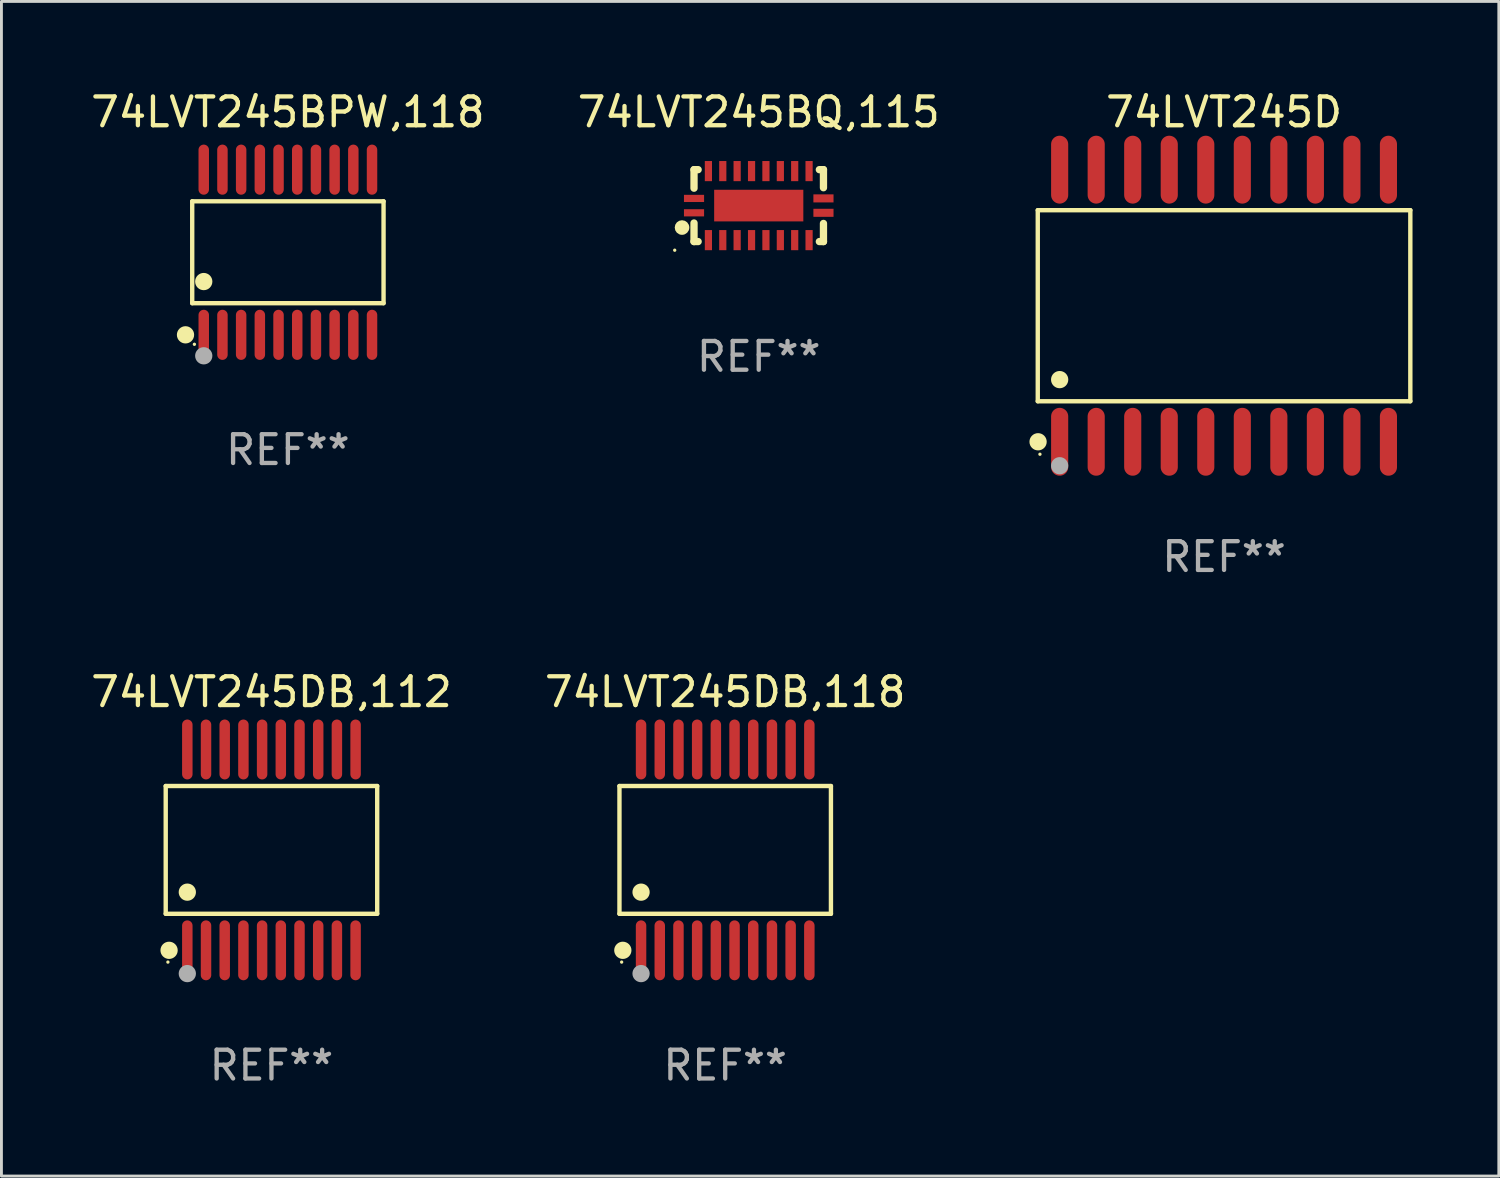
<source format=kicad_pcb>
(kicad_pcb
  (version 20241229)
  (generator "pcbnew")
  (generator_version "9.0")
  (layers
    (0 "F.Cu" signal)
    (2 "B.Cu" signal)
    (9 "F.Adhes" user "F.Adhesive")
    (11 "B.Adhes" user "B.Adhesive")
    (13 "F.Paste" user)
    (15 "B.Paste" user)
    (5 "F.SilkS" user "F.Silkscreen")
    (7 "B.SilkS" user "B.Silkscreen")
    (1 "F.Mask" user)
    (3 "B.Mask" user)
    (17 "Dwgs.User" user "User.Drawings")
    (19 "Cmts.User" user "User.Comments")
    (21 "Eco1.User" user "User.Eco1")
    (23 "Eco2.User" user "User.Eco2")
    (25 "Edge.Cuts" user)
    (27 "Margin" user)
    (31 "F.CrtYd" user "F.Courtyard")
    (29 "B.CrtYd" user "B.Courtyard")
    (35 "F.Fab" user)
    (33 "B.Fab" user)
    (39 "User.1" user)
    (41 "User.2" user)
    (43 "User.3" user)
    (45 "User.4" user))
  (footprint "74LVT245DB,112"
    (layer "F.Cu")
    (at 6.387 26.496)
    (property "Reference" "74LVT245DB,112" (at 0 -5.491 0) (layer "F.SilkS") (effects (font (size 1 1) (thickness 0.15))))
    (attr through_hole)
    (fp_line (start -3.676 -2.221) (end 3.676 -2.221) (stroke (width 0.152) (type solid)) (layer "F.SilkS"))
    (fp_line (start -3.676 2.221) (end -3.676 -2.221) (stroke (width 0.152) (type solid)) (layer "F.SilkS"))
    (fp_line (start 3.676 -2.221) (end 3.676 2.221) (stroke (width 0.152) (type solid)) (layer "F.SilkS"))
    (fp_line (start 3.676 2.221) (end -3.676 2.221) (stroke (width 0.152) (type solid)) (layer "F.SilkS"))
    (fp_circle (center -3.6 3.9) (end -3.57 3.9) (stroke (width 0.06) (type solid)) (fill no) (layer "F.SilkS"))
    (fp_circle (center -3.559 3.491) (end -3.409 3.491) (stroke (width 0.3) (type solid)) (fill no) (layer "F.SilkS"))
    (fp_circle (center -2.925 1.469) (end -2.775 1.469) (stroke (width 0.3) (type solid)) (fill no) (layer "F.SilkS"))
    (fp_circle (center -2.925 4.3) (end -2.775 4.3) (stroke (width 0.3) (type solid)) (fill no) (layer "F.Fab"))
    (fp_text user "REF**" (at 0 7.491 0) (layer "F.Fab") (effects (font (size 1 1) (thickness 0.15))))
    (pad "1" smd oval (at -2.925 3.491) (size 0.364 2.082) (layers "F.Cu" "F.Mask" "F.Paste"))
    (pad "2" smd oval (at -2.275 3.491) (size 0.364 2.082) (layers "F.Cu" "F.Mask" "F.Paste"))
    (pad "3" smd oval (at -1.625 3.491) (size 0.364 2.082) (layers "F.Cu" "F.Mask" "F.Paste"))
    (pad "4" smd oval (at -0.975 3.491) (size 0.364 2.082) (layers "F.Cu" "F.Mask" "F.Paste"))
    (pad "5" smd oval (at -0.325 3.491) (size 0.364 2.082) (layers "F.Cu" "F.Mask" "F.Paste"))
    (pad "6" smd oval (at 0.325 3.491) (size 0.364 2.082) (layers "F.Cu" "F.Mask" "F.Paste"))
    (pad "7" smd oval (at 0.975 3.491) (size 0.364 2.082) (layers "F.Cu" "F.Mask" "F.Paste"))
    (pad "8" smd oval (at 1.625 3.491) (size 0.364 2.082) (layers "F.Cu" "F.Mask" "F.Paste"))
    (pad "9" smd oval (at 2.275 3.491) (size 0.364 2.082) (layers "F.Cu" "F.Mask" "F.Paste"))
    (pad "10" smd oval (at 2.925 3.491) (size 0.364 2.082) (layers "F.Cu" "F.Mask" "F.Paste"))
    (pad "11" smd oval (at 2.925 -3.491) (size 0.364 2.082) (layers "F.Cu" "F.Mask" "F.Paste"))
    (pad "12" smd oval (at 2.275 -3.491) (size 0.364 2.082) (layers "F.Cu" "F.Mask" "F.Paste"))
    (pad "13" smd oval (at 1.625 -3.491) (size 0.364 2.082) (layers "F.Cu" "F.Mask" "F.Paste"))
    (pad "14" smd oval (at 0.975 -3.491) (size 0.364 2.082) (layers "F.Cu" "F.Mask" "F.Paste"))
    (pad "15" smd oval (at 0.325 -3.491) (size 0.364 2.082) (layers "F.Cu" "F.Mask" "F.Paste"))
    (pad "16" smd oval (at -0.325 -3.491) (size 0.364 2.082) (layers "F.Cu" "F.Mask" "F.Paste"))
    (pad "17" smd oval (at -0.975 -3.491) (size 0.364 2.082) (layers "F.Cu" "F.Mask" "F.Paste"))
    (pad "18" smd oval (at -1.625 -3.491) (size 0.364 2.082) (layers "F.Cu" "F.Mask" "F.Paste"))
    (pad "19" smd oval (at -2.275 -3.491) (size 0.364 2.082) (layers "F.Cu" "F.Mask" "F.Paste"))
    (pad "20" smd oval (at -2.925 -3.491) (size 0.364 2.082) (layers "F.Cu" "F.Mask" "F.Paste")))
  (footprint "74LVT245DB,118"
    (layer "F.Cu")
    (at 22.161 26.496)
    (property "Reference" "74LVT245DB,118" (at 0 -5.491 0) (layer "F.SilkS") (effects (font (size 1 1) (thickness 0.15))))
    (attr through_hole)
    (fp_line (start -3.676 -2.221) (end 3.676 -2.221) (stroke (width 0.152) (type solid)) (layer "F.SilkS"))
    (fp_line (start -3.676 2.221) (end -3.676 -2.221) (stroke (width 0.152) (type solid)) (layer "F.SilkS"))
    (fp_line (start 3.676 -2.221) (end 3.676 2.221) (stroke (width 0.152) (type solid)) (layer "F.SilkS"))
    (fp_line (start 3.676 2.221) (end -3.676 2.221) (stroke (width 0.152) (type solid)) (layer "F.SilkS"))
    (fp_circle (center -3.6 3.9) (end -3.57 3.9) (stroke (width 0.06) (type solid)) (fill no) (layer "F.SilkS"))
    (fp_circle (center -3.559 3.491) (end -3.409 3.491) (stroke (width 0.3) (type solid)) (fill no) (layer "F.SilkS"))
    (fp_circle (center -2.925 1.469) (end -2.775 1.469) (stroke (width 0.3) (type solid)) (fill no) (layer "F.SilkS"))
    (fp_circle (center -2.925 4.3) (end -2.775 4.3) (stroke (width 0.3) (type solid)) (fill no) (layer "F.Fab"))
    (fp_text user "REF**" (at 0 7.491 0) (layer "F.Fab") (effects (font (size 1 1) (thickness 0.15))))
    (pad "1" smd oval (at -2.925 3.491) (size 0.364 2.082) (layers "F.Cu" "F.Mask" "F.Paste"))
    (pad "2" smd oval (at -2.275 3.491) (size 0.364 2.082) (layers "F.Cu" "F.Mask" "F.Paste"))
    (pad "3" smd oval (at -1.625 3.491) (size 0.364 2.082) (layers "F.Cu" "F.Mask" "F.Paste"))
    (pad "4" smd oval (at -0.975 3.491) (size 0.364 2.082) (layers "F.Cu" "F.Mask" "F.Paste"))
    (pad "5" smd oval (at -0.325 3.491) (size 0.364 2.082) (layers "F.Cu" "F.Mask" "F.Paste"))
    (pad "6" smd oval (at 0.325 3.491) (size 0.364 2.082) (layers "F.Cu" "F.Mask" "F.Paste"))
    (pad "7" smd oval (at 0.975 3.491) (size 0.364 2.082) (layers "F.Cu" "F.Mask" "F.Paste"))
    (pad "8" smd oval (at 1.625 3.491) (size 0.364 2.082) (layers "F.Cu" "F.Mask" "F.Paste"))
    (pad "9" smd oval (at 2.275 3.491) (size 0.364 2.082) (layers "F.Cu" "F.Mask" "F.Paste"))
    (pad "10" smd oval (at 2.925 3.491) (size 0.364 2.082) (layers "F.Cu" "F.Mask" "F.Paste"))
    (pad "11" smd oval (at 2.925 -3.491) (size 0.364 2.082) (layers "F.Cu" "F.Mask" "F.Paste"))
    (pad "12" smd oval (at 2.275 -3.491) (size 0.364 2.082) (layers "F.Cu" "F.Mask" "F.Paste"))
    (pad "13" smd oval (at 1.625 -3.491) (size 0.364 2.082) (layers "F.Cu" "F.Mask" "F.Paste"))
    (pad "14" smd oval (at 0.975 -3.491) (size 0.364 2.082) (layers "F.Cu" "F.Mask" "F.Paste"))
    (pad "15" smd oval (at 0.325 -3.491) (size 0.364 2.082) (layers "F.Cu" "F.Mask" "F.Paste"))
    (pad "16" smd oval (at -0.325 -3.491) (size 0.364 2.082) (layers "F.Cu" "F.Mask" "F.Paste"))
    (pad "17" smd oval (at -0.975 -3.491) (size 0.364 2.082) (layers "F.Cu" "F.Mask" "F.Paste"))
    (pad "18" smd oval (at -1.625 -3.491) (size 0.364 2.082) (layers "F.Cu" "F.Mask" "F.Paste"))
    (pad "19" smd oval (at -2.275 -3.491) (size 0.364 2.082) (layers "F.Cu" "F.Mask" "F.Paste"))
    (pad "20" smd oval (at -2.925 -3.491) (size 0.364 2.082) (layers "F.Cu" "F.Mask" "F.Paste")))
  (footprint "74LVT245BQ,115"
    (layer "F.Cu")
    (at 23.327 4.098)
    (property "Reference" "74LVT245BQ,115" (at 0 -3.25 0) (layer "F.SilkS") (effects (font (size 1 1) (thickness 0.15))))
    (attr through_hole)
    (fp_line (start -2.25 0.605) (end -2.25 1.25) (stroke (width 0.254) (type solid)) (layer "F.SilkS"))
    (fp_line (start -2.25 1.25) (end -2.107 1.25) (stroke (width 0.254) (type solid)) (layer "F.SilkS"))
    (fp_line (start -2.25 -1.25) (end -2.25 -0.606) (stroke (width 0.254) (type solid)) (layer "F.SilkS"))
    (fp_line (start -2.25 -1.25) (end -2.107 -1.25) (stroke (width 0.254) (type solid)) (layer "F.SilkS"))
    (fp_line (start 2.107 -1.25) (end 2.25 -1.25) (stroke (width 0.254) (type solid)) (layer "F.SilkS"))
    (fp_line (start 2.107 1.25) (end 2.25 1.25) (stroke (width 0.254) (type solid)) (layer "F.SilkS"))
    (fp_line (start 2.25 -1.25) (end 2.25 -0.622) (stroke (width 0.254) (type solid)) (layer "F.SilkS"))
    (fp_line (start 2.25 0.62) (end 2.25 1.25) (stroke (width 0.254) (type solid)) (layer "F.SilkS"))
    (fp_circle (center -2.921 1.55) (end -2.891 1.55) (stroke (width 0.06) (type solid)) (fill no) (layer "F.SilkS"))
    (fp_circle (center -2.667 0.762) (end -2.54 0.762) (stroke (width 0.254) (type solid)) (fill no) (layer "F.SilkS"))
    (fp_text user "REF**" (at 0 5.25 0) (layer "F.Fab") (effects (font (size 1 1) (thickness 0.15))))
    (pad "1" smd rect (at -2.25 0.25 180) (size 0.7 0.25) (layers "F.Cu" "F.Mask" "F.Paste"))
    (pad "2" smd rect (at -1.75 1.2 90) (size 0.7 0.25) (layers "F.Cu" "F.Mask" "F.Paste"))
    (pad "3" smd rect (at -1.25 1.2 90) (size 0.7 0.25) (layers "F.Cu" "F.Mask" "F.Paste"))
    (pad "4" smd rect (at -0.751 1.2 90) (size 0.7 0.25) (layers "F.Cu" "F.Mask" "F.Paste"))
    (pad "5" smd rect (at -0.25 1.2 90) (size 0.7 0.25) (layers "F.Cu" "F.Mask" "F.Paste"))
    (pad "6" smd rect (at 0.25 1.2 90) (size 0.7 0.25) (layers "F.Cu" "F.Mask" "F.Paste"))
    (pad "7" smd rect (at 0.751 1.2 90) (size 0.7 0.25) (layers "F.Cu" "F.Mask" "F.Paste"))
    (pad "8" smd rect (at 1.25 1.2 90) (size 0.7 0.25) (layers "F.Cu" "F.Mask" "F.Paste"))
    (pad "9" smd rect (at 1.75 1.2 90) (size 0.7 0.25) (layers "F.Cu" "F.Mask" "F.Paste"))
    (pad "10" smd rect (at 2.25 0.25 180) (size 0.7 0.28) (layers "F.Cu" "F.Mask" "F.Paste"))
    (pad "11" smd rect (at 2.25 -0.251 180) (size 0.7 0.28) (layers "F.Cu" "F.Mask" "F.Paste"))
    (pad "12" smd rect (at 1.75 -1.2 90) (size 0.7 0.25) (layers "F.Cu" "F.Mask" "F.Paste"))
    (pad "13" smd rect (at 1.25 -1.2 90) (size 0.7 0.25) (layers "F.Cu" "F.Mask" "F.Paste"))
    (pad "14" smd rect (at 0.751 -1.2 90) (size 0.7 0.25) (layers "F.Cu" "F.Mask" "F.Paste"))
    (pad "15" smd rect (at 0.25 -1.2 90) (size 0.7 0.25) (layers "F.Cu" "F.Mask" "F.Paste"))
    (pad "16" smd rect (at -0.25 -1.2 90) (size 0.7 0.25) (layers "F.Cu" "F.Mask" "F.Paste"))
    (pad "17" smd rect (at -0.751 -1.2 90) (size 0.7 0.25) (layers "F.Cu" "F.Mask" "F.Paste"))
    (pad "18" smd rect (at -1.25 -1.2 90) (size 0.7 0.25) (layers "F.Cu" "F.Mask" "F.Paste"))
    (pad "19" smd rect (at -1.75 -1.2 90) (size 0.7 0.25) (layers "F.Cu" "F.Mask" "F.Paste"))
    (pad "20" smd rect (at -2.25 -0.25 180) (size 0.7 0.25) (layers "F.Cu" "F.Mask" "F.Paste"))
    (pad "21" smd rect (at 0 -0.001 180) (size 3.1 1.1) (layers "F.Cu" "F.Mask" "F.Paste")))
  (footprint "74LVT245D"
    (layer "F.Cu")
    (at 39.503 7.578)
    (property "Reference" "74LVT245D" (at 0 -6.73 0) (layer "F.SilkS") (effects (font (size 1 1) (thickness 0.15))))
    (attr through_hole)
    (fp_line (start -6.476 -3.321) (end 6.476 -3.321) (stroke (width 0.152) (type solid)) (layer "F.SilkS"))
    (fp_line (start -6.476 3.321) (end -6.476 -3.321) (stroke (width 0.152) (type solid)) (layer "F.SilkS"))
    (fp_line (start 6.476 -3.321) (end 6.476 3.321) (stroke (width 0.152) (type solid)) (layer "F.SilkS"))
    (fp_line (start 6.476 3.321) (end -6.476 3.321) (stroke (width 0.152) (type solid)) (layer "F.SilkS"))
    (fp_circle (center -6.465 4.73) (end -6.315 4.73) (stroke (width 0.3) (type solid)) (fill no) (layer "F.SilkS"))
    (fp_circle (center -6.4 5.163) (end -6.37 5.163) (stroke (width 0.06) (type solid)) (fill no) (layer "F.SilkS"))
    (fp_circle (center -5.715 2.569) (end -5.565 2.569) (stroke (width 0.3) (type solid)) (fill no) (layer "F.SilkS"))
    (fp_circle (center -5.715 5.563) (end -5.565 5.563) (stroke (width 0.3) (type solid)) (fill no) (layer "F.Fab"))
    (fp_text user "REF**" (at 0 8.73 0) (layer "F.Fab") (effects (font (size 1 1) (thickness 0.15))))
    (pad "1" smd oval (at -5.715 4.73) (size 0.595 2.36) (layers "F.Cu" "F.Mask" "F.Paste"))
    (pad "2" smd oval (at -4.445 4.73) (size 0.595 2.36) (layers "F.Cu" "F.Mask" "F.Paste"))
    (pad "3" smd oval (at -3.175 4.73) (size 0.595 2.36) (layers "F.Cu" "F.Mask" "F.Paste"))
    (pad "4" smd oval (at -1.905 4.73) (size 0.595 2.36) (layers "F.Cu" "F.Mask" "F.Paste"))
    (pad "5" smd oval (at -0.635 4.73) (size 0.595 2.36) (layers "F.Cu" "F.Mask" "F.Paste"))
    (pad "6" smd oval (at 0.635 4.73) (size 0.595 2.36) (layers "F.Cu" "F.Mask" "F.Paste"))
    (pad "7" smd oval (at 1.905 4.73) (size 0.595 2.36) (layers "F.Cu" "F.Mask" "F.Paste"))
    (pad "8" smd oval (at 3.175 4.73) (size 0.595 2.36) (layers "F.Cu" "F.Mask" "F.Paste"))
    (pad "9" smd oval (at 4.445 4.73) (size 0.595 2.36) (layers "F.Cu" "F.Mask" "F.Paste"))
    (pad "10" smd oval (at 5.715 4.73) (size 0.595 2.36) (layers "F.Cu" "F.Mask" "F.Paste"))
    (pad "11" smd oval (at 5.715 -4.73) (size 0.595 2.36) (layers "F.Cu" "F.Mask" "F.Paste"))
    (pad "12" smd oval (at 4.445 -4.73) (size 0.595 2.36) (layers "F.Cu" "F.Mask" "F.Paste"))
    (pad "13" smd oval (at 3.175 -4.73) (size 0.595 2.36) (layers "F.Cu" "F.Mask" "F.Paste"))
    (pad "14" smd oval (at 1.905 -4.73) (size 0.595 2.36) (layers "F.Cu" "F.Mask" "F.Paste"))
    (pad "15" smd oval (at 0.635 -4.73) (size 0.595 2.36) (layers "F.Cu" "F.Mask" "F.Paste"))
    (pad "16" smd oval (at -0.635 -4.73) (size 0.595 2.36) (layers "F.Cu" "F.Mask" "F.Paste"))
    (pad "17" smd oval (at -1.905 -4.73) (size 0.595 2.36) (layers "F.Cu" "F.Mask" "F.Paste"))
    (pad "18" smd oval (at -3.175 -4.73) (size 0.595 2.36) (layers "F.Cu" "F.Mask" "F.Paste"))
    (pad "19" smd oval (at -4.445 -4.73) (size 0.595 2.36) (layers "F.Cu" "F.Mask" "F.Paste"))
    (pad "20" smd oval (at -5.715 -4.73) (size 0.595 2.36) (layers "F.Cu" "F.Mask" "F.Paste")))
  (footprint "74LVT245BPW,118"
    (layer "F.Cu")
    (at 6.958 5.719)
    (property "Reference" "74LVT245BPW,118" (at 0 -4.871 0) (layer "F.SilkS") (effects (font (size 1 1) (thickness 0.15))))
    (attr through_hole)
    (fp_line (start -3.326 -1.771) (end 3.326 -1.771) (stroke (width 0.152) (type solid)) (layer "F.SilkS"))
    (fp_line (start -3.326 1.771) (end -3.326 -1.771) (stroke (width 0.152) (type solid)) (layer "F.SilkS"))
    (fp_line (start 3.326 -1.771) (end 3.326 1.771) (stroke (width 0.152) (type solid)) (layer "F.SilkS"))
    (fp_line (start 3.326 1.771) (end -3.326 1.771) (stroke (width 0.152) (type solid)) (layer "F.SilkS"))
    (fp_circle (center -3.559 2.871) (end -3.409 2.871) (stroke (width 0.3) (type solid)) (fill no) (layer "F.SilkS"))
    (fp_circle (center -3.25 3.2) (end -3.22 3.2) (stroke (width 0.06) (type solid)) (fill no) (layer "F.SilkS"))
    (fp_circle (center -2.925 1.019) (end -2.775 1.019) (stroke (width 0.3) (type solid)) (fill no) (layer "F.SilkS"))
    (fp_circle (center -2.925 3.6) (end -2.775 3.6) (stroke (width 0.3) (type solid)) (fill no) (layer "F.Fab"))
    (fp_text user "REF**" (at 0 6.871 0) (layer "F.Fab") (effects (font (size 1 1) (thickness 0.15))))
    (pad "1" smd oval (at -2.925 2.871) (size 0.364 1.742) (layers "F.Cu" "F.Mask" "F.Paste"))
    (pad "2" smd oval (at -2.275 2.871) (size 0.364 1.742) (layers "F.Cu" "F.Mask" "F.Paste"))
    (pad "3" smd oval (at -1.625 2.871) (size 0.364 1.742) (layers "F.Cu" "F.Mask" "F.Paste"))
    (pad "4" smd oval (at -0.975 2.871) (size 0.364 1.742) (layers "F.Cu" "F.Mask" "F.Paste"))
    (pad "5" smd oval (at -0.325 2.871) (size 0.364 1.742) (layers "F.Cu" "F.Mask" "F.Paste"))
    (pad "6" smd oval (at 0.325 2.871) (size 0.364 1.742) (layers "F.Cu" "F.Mask" "F.Paste"))
    (pad "7" smd oval (at 0.975 2.871) (size 0.364 1.742) (layers "F.Cu" "F.Mask" "F.Paste"))
    (pad "8" smd oval (at 1.625 2.871) (size 0.364 1.742) (layers "F.Cu" "F.Mask" "F.Paste"))
    (pad "9" smd oval (at 2.275 2.871) (size 0.364 1.742) (layers "F.Cu" "F.Mask" "F.Paste"))
    (pad "10" smd oval (at 2.925 2.871) (size 0.364 1.742) (layers "F.Cu" "F.Mask" "F.Paste"))
    (pad "11" smd oval (at 2.925 -2.871) (size 0.364 1.742) (layers "F.Cu" "F.Mask" "F.Paste"))
    (pad "12" smd oval (at 2.275 -2.871) (size 0.364 1.742) (layers "F.Cu" "F.Mask" "F.Paste"))
    (pad "13" smd oval (at 1.625 -2.871) (size 0.364 1.742) (layers "F.Cu" "F.Mask" "F.Paste"))
    (pad "14" smd oval (at 0.975 -2.871) (size 0.364 1.742) (layers "F.Cu" "F.Mask" "F.Paste"))
    (pad "15" smd oval (at 0.325 -2.871) (size 0.364 1.742) (layers "F.Cu" "F.Mask" "F.Paste"))
    (pad "16" smd oval (at -0.325 -2.871) (size 0.364 1.742) (layers "F.Cu" "F.Mask" "F.Paste"))
    (pad "17" smd oval (at -0.975 -2.871) (size 0.364 1.742) (layers "F.Cu" "F.Mask" "F.Paste"))
    (pad "18" smd oval (at -1.625 -2.871) (size 0.364 1.742) (layers "F.Cu" "F.Mask" "F.Paste"))
    (pad "19" smd oval (at -2.275 -2.871) (size 0.364 1.742) (layers "F.Cu" "F.Mask" "F.Paste"))
    (pad "20" smd oval (at -2.925 -2.871) (size 0.364 1.742) (layers "F.Cu" "F.Mask" "F.Paste")))
  (gr_rect
    (start -3 -3)
    (end 49.055 37.835)
    (stroke (width 0.1) (type default))
    (fill no)
    (layer "Edge.Cuts")))
</source>
